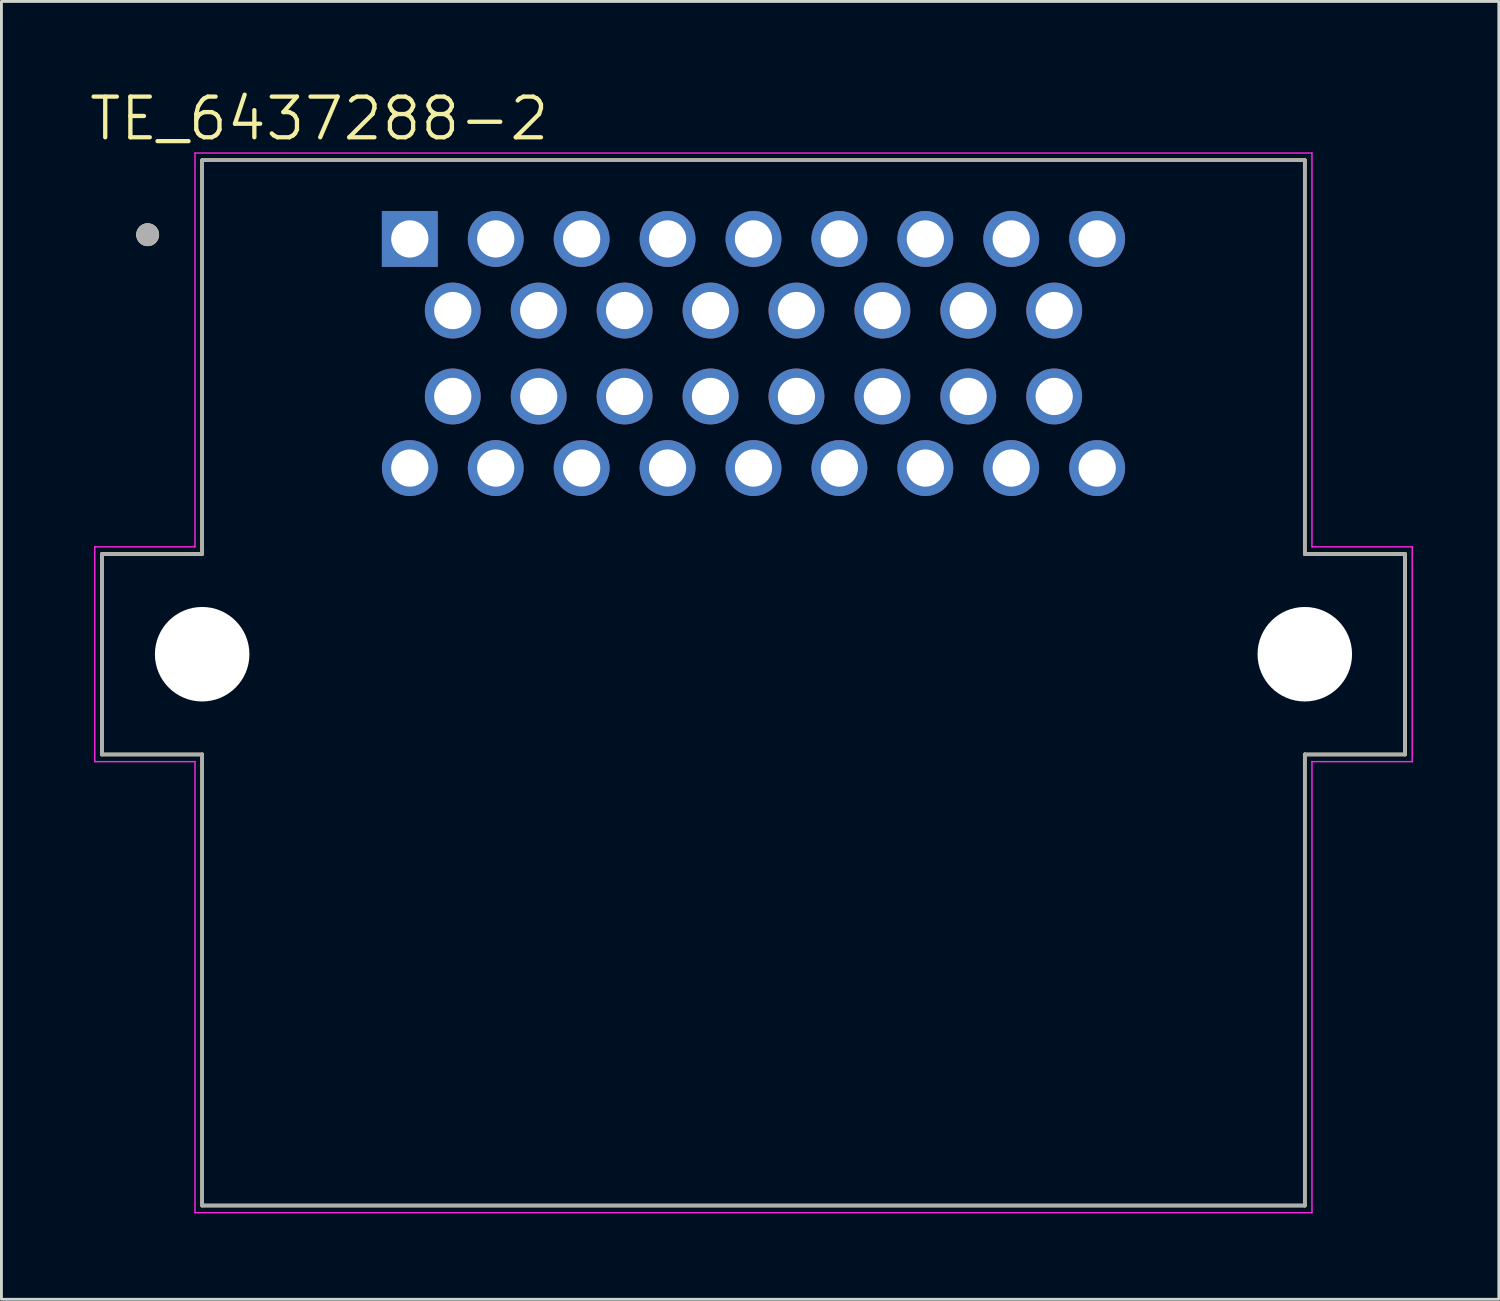
<source format=kicad_pcb>
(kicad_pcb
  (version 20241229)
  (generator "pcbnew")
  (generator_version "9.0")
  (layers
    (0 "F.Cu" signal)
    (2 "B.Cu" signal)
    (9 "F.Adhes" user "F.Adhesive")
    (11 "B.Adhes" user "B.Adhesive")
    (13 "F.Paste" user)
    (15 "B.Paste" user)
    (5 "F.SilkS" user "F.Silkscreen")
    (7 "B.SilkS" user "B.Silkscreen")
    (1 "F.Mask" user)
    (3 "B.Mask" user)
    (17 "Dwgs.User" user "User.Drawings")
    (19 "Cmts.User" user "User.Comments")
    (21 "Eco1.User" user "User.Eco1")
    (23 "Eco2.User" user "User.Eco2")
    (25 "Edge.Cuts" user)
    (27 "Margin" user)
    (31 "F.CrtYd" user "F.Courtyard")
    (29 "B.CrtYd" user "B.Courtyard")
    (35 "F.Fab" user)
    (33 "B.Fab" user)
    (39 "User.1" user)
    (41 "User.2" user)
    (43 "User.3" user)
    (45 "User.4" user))
  (footprint "TE_6437288-2"
    (layer "F.Cu")
    (at 23.259 9.293)
    (property "Reference" "TE_6437288-2" (at -15.163 -8.199 0) (layer "F.SilkS") (effects (font (size 1.42 1.42) (thickness 0.15))))
    (attr through_hole)
    (fp_line (start -22.75 7) (end -22.75 14) (stroke (width 0.127) (type solid)) (layer "F.SilkS"))
    (fp_line (start -22.75 14) (end -19.25 14) (stroke (width 0.127) (type solid)) (layer "F.SilkS"))
    (fp_line (start -19.253 -6.748) (end -19.253 7) (stroke (width 0.127) (type solid)) (layer "F.SilkS"))
    (fp_line (start -19.253 7) (end -22.75 7) (stroke (width 0.127) (type solid)) (layer "F.SilkS"))
    (fp_line (start -19.25 14) (end -19.25 29.75) (stroke (width 0.127) (type solid)) (layer "F.SilkS"))
    (fp_line (start -19.25 29.75) (end 19.25 29.75) (stroke (width 0.127) (type solid)) (layer "F.SilkS"))
    (fp_line (start 19.25 -6.75) (end -19.25 -6.75) (stroke (width 0.127) (type solid)) (layer "F.SilkS"))
    (fp_line (start 19.25 7) (end 19.25 -6.75) (stroke (width 0.127) (type solid)) (layer "F.SilkS"))
    (fp_line (start 19.25 14) (end 22.75 14) (stroke (width 0.127) (type solid)) (layer "F.SilkS"))
    (fp_line (start 19.25 29.75) (end 19.25 14) (stroke (width 0.127) (type solid)) (layer "F.SilkS"))
    (fp_line (start 22.75 7) (end 19.25 7) (stroke (width 0.127) (type solid)) (layer "F.SilkS"))
    (fp_line (start 22.75 14) (end 22.75 7) (stroke (width 0.127) (type solid)) (layer "F.SilkS"))
    (fp_circle (center -21.154 -4.148) (end -20.954 -4.148) (stroke (width 0.4) (type solid)) (fill no) (layer "F.SilkS"))
    (fp_line (start -23 6.75) (end -23 14.25) (stroke (width 0.05) (type solid)) (layer "F.CrtYd"))
    (fp_line (start -23 14.25) (end -19.5 14.25) (stroke (width 0.05) (type solid)) (layer "F.CrtYd"))
    (fp_line (start -19.5 -7) (end -19.5 6.75) (stroke (width 0.05) (type solid)) (layer "F.CrtYd"))
    (fp_line (start -19.5 6.75) (end -23 6.75) (stroke (width 0.05) (type solid)) (layer "F.CrtYd"))
    (fp_line (start -19.5 14.25) (end -19.5 30) (stroke (width 0.05) (type solid)) (layer "F.CrtYd"))
    (fp_line (start -19.5 30) (end 19.5 30) (stroke (width 0.05) (type solid)) (layer "F.CrtYd"))
    (fp_line (start 19.5 -7) (end -19.5 -7) (stroke (width 0.05) (type solid)) (layer "F.CrtYd"))
    (fp_line (start 19.5 6.75) (end 19.5 -7) (stroke (width 0.05) (type solid)) (layer "F.CrtYd"))
    (fp_line (start 19.5 14.25) (end 23 14.25) (stroke (width 0.05) (type solid)) (layer "F.CrtYd"))
    (fp_line (start 19.5 30) (end 19.5 14.25) (stroke (width 0.05) (type solid)) (layer "F.CrtYd"))
    (fp_line (start 23 6.75) (end 19.5 6.75) (stroke (width 0.05) (type solid)) (layer "F.CrtYd"))
    (fp_line (start 23 14.25) (end 23 6.75) (stroke (width 0.05) (type solid)) (layer "F.CrtYd"))
    (fp_line (start -22.75 7) (end -22.75 14) (stroke (width 0.127) (type solid)) (layer "F.Fab"))
    (fp_line (start -22.75 14) (end -19.25 14) (stroke (width 0.127) (type solid)) (layer "F.Fab"))
    (fp_line (start -19.25 -6.75) (end -19.25 7) (stroke (width 0.127) (type solid)) (layer "F.Fab"))
    (fp_line (start -19.25 7) (end -22.75 7) (stroke (width 0.127) (type solid)) (layer "F.Fab"))
    (fp_line (start -19.25 14) (end -19.25 29.75) (stroke (width 0.127) (type solid)) (layer "F.Fab"))
    (fp_line (start -19.25 29.75) (end 19.25 29.75) (stroke (width 0.127) (type solid)) (layer "F.Fab"))
    (fp_line (start 19.25 -6.75) (end -19.25 -6.75) (stroke (width 0.127) (type solid)) (layer "F.Fab"))
    (fp_line (start 19.25 7) (end 19.25 -6.75) (stroke (width 0.127) (type solid)) (layer "F.Fab"))
    (fp_line (start 19.25 7) (end 22.75 7) (stroke (width 0.127) (type solid)) (layer "F.Fab"))
    (fp_line (start 19.25 29.75) (end 19.25 14) (stroke (width 0.127) (type solid)) (layer "F.Fab"))
    (fp_line (start 22.75 7) (end 22.75 14) (stroke (width 0.127) (type solid)) (layer "F.Fab"))
    (fp_line (start 22.75 14) (end 19.25 14) (stroke (width 0.127) (type solid)) (layer "F.Fab"))
    (fp_circle (center -21.154 -4.148) (end -20.954 -4.148) (stroke (width 0.4) (type solid)) (fill no) (layer "F.Fab"))
    (pad "" np_thru_hole circle (at -19.25 10.5) (size 3.3 3.3) (drill 3.3) (layers "*.Cu" "*.Mask"))
    (pad "" np_thru_hole circle (at 19.25 10.5) (size 3.3 3.3) (drill 3.3) (layers "*.Cu" "*.Mask"))
    (pad "1" thru_hole rect (at -12 -4) (size 1.95 1.95) (drill 1.3) (layers "*.Cu" "*.Mask"))
    (pad "2" thru_hole circle (at -9 -4) (size 1.95 1.95) (drill 1.3) (layers "*.Cu" "*.Mask"))
    (pad "3" thru_hole circle (at -6 -4) (size 1.95 1.95) (drill 1.3) (layers "*.Cu" "*.Mask"))
    (pad "4" thru_hole circle (at -3 -4) (size 1.95 1.95) (drill 1.3) (layers "*.Cu" "*.Mask"))
    (pad "5" thru_hole circle (at 0 -4) (size 1.95 1.95) (drill 1.3) (layers "*.Cu" "*.Mask"))
    (pad "6" thru_hole circle (at 3 -4) (size 1.95 1.95) (drill 1.3) (layers "*.Cu" "*.Mask"))
    (pad "7" thru_hole circle (at 6 -4) (size 1.95 1.95) (drill 1.3) (layers "*.Cu" "*.Mask"))
    (pad "8" thru_hole circle (at 9 -4) (size 1.95 1.95) (drill 1.3) (layers "*.Cu" "*.Mask"))
    (pad "9" thru_hole circle (at 12 -4) (size 1.95 1.95) (drill 1.3) (layers "*.Cu" "*.Mask"))
    (pad "10" thru_hole circle (at -10.5 -1.5) (size 1.95 1.95) (drill 1.3) (layers "*.Cu" "*.Mask"))
    (pad "11" thru_hole circle (at -7.5 -1.5) (size 1.95 1.95) (drill 1.3) (layers "*.Cu" "*.Mask"))
    (pad "12" thru_hole circle (at -4.5 -1.5) (size 1.95 1.95) (drill 1.3) (layers "*.Cu" "*.Mask"))
    (pad "13" thru_hole circle (at -1.5 -1.5) (size 1.95 1.95) (drill 1.3) (layers "*.Cu" "*.Mask"))
    (pad "14" thru_hole circle (at 1.5 -1.5) (size 1.95 1.95) (drill 1.3) (layers "*.Cu" "*.Mask"))
    (pad "15" thru_hole circle (at 4.5 -1.5) (size 1.95 1.95) (drill 1.3) (layers "*.Cu" "*.Mask"))
    (pad "16" thru_hole circle (at 7.5 -1.5) (size 1.95 1.95) (drill 1.3) (layers "*.Cu" "*.Mask"))
    (pad "17" thru_hole circle (at 10.5 -1.5) (size 1.95 1.95) (drill 1.3) (layers "*.Cu" "*.Mask"))
    (pad "18" thru_hole circle (at -10.5 1.5) (size 1.95 1.95) (drill 1.3) (layers "*.Cu" "*.Mask"))
    (pad "19" thru_hole circle (at -7.5 1.5) (size 1.95 1.95) (drill 1.3) (layers "*.Cu" "*.Mask"))
    (pad "20" thru_hole circle (at -4.5 1.5) (size 1.95 1.95) (drill 1.3) (layers "*.Cu" "*.Mask"))
    (pad "21" thru_hole circle (at -1.5 1.5) (size 1.95 1.95) (drill 1.3) (layers "*.Cu" "*.Mask"))
    (pad "22" thru_hole circle (at 1.5 1.5) (size 1.95 1.95) (drill 1.3) (layers "*.Cu" "*.Mask"))
    (pad "23" thru_hole circle (at 4.5 1.5) (size 1.95 1.95) (drill 1.3) (layers "*.Cu" "*.Mask"))
    (pad "24" thru_hole circle (at 7.5 1.5) (size 1.95 1.95) (drill 1.3) (layers "*.Cu" "*.Mask"))
    (pad "25" thru_hole circle (at 10.5 1.5) (size 1.95 1.95) (drill 1.3) (layers "*.Cu" "*.Mask"))
    (pad "26" thru_hole circle (at -12 4) (size 1.95 1.95) (drill 1.3) (layers "*.Cu" "*.Mask"))
    (pad "27" thru_hole circle (at -9 4) (size 1.95 1.95) (drill 1.3) (layers "*.Cu" "*.Mask"))
    (pad "28" thru_hole circle (at -6 4) (size 1.95 1.95) (drill 1.3) (layers "*.Cu" "*.Mask"))
    (pad "29" thru_hole circle (at -3 4) (size 1.95 1.95) (drill 1.3) (layers "*.Cu" "*.Mask"))
    (pad "30" thru_hole circle (at 0 4) (size 1.95 1.95) (drill 1.3) (layers "*.Cu" "*.Mask"))
    (pad "31" thru_hole circle (at 3 4) (size 1.95 1.95) (drill 1.3) (layers "*.Cu" "*.Mask"))
    (pad "32" thru_hole circle (at 6 4) (size 1.95 1.95) (drill 1.3) (layers "*.Cu" "*.Mask"))
    (pad "33" thru_hole circle (at 9 4) (size 1.95 1.95) (drill 1.3) (layers "*.Cu" "*.Mask"))
    (pad "34" thru_hole circle (at 12 4) (size 1.95 1.95) (drill 1.3) (layers "*.Cu" "*.Mask")))
  (gr_rect
    (start -3 -3)
    (end 49.284 42.318)
    (stroke (width 0.1) (type default))
    (fill no)
    (layer "Edge.Cuts")))
</source>
